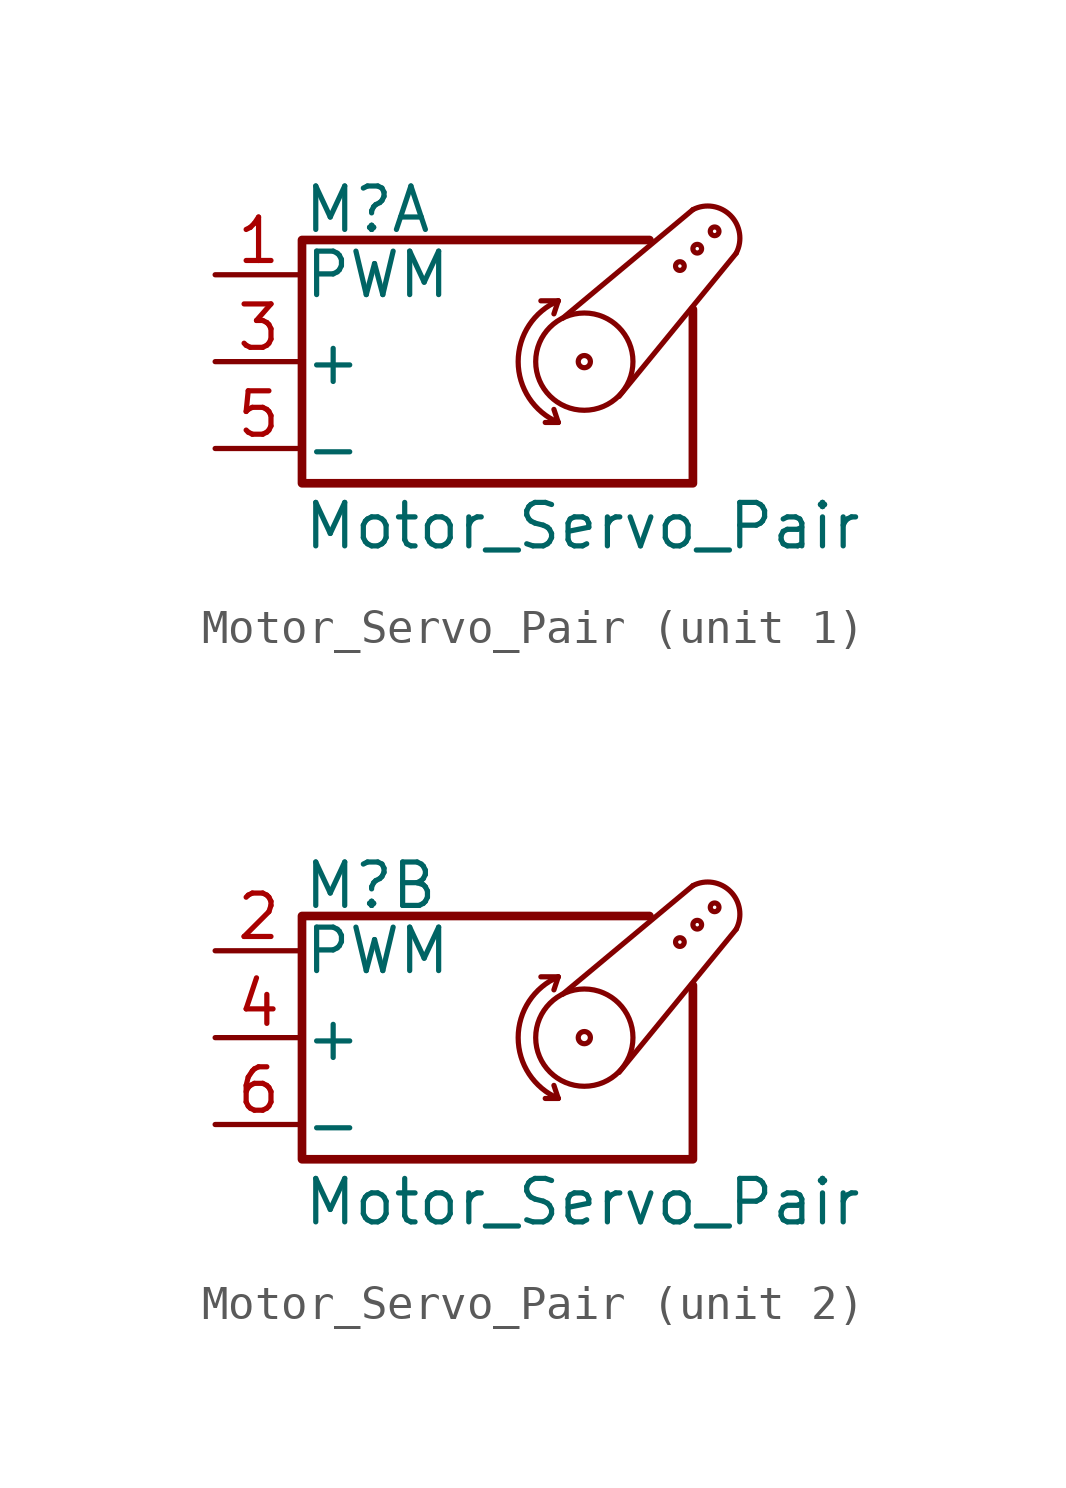
<source format=kicad_sym>
(kicad_symbol_lib
  (version 20220914)
  (generator kicad_symbol_editor)
  (symbol "Motor_Servo_Pair"
    (pin_names
      (offset 0.025))
    (property "Reference" "M"
      (at -5.08 4.445 0)
      (effects (font (size 1.27 1.27)) (justify left)))
    (property "Value" "Motor_Servo_Pair"
      (at -5.08 -4.064 0)
      (effects (font (size 1.27 1.27)) (justify left top)))
    (symbol "Motor_Servo_Pair_0_1"
      (polyline (pts (xy 2.413 -1.778) (xy 2.032 -1.778)) (stroke (width 0) (type default)) (fill (type none)))
      (polyline (pts (xy 2.413 -1.778) (xy 2.286 -1.397)) (stroke (width 0) (type default)) (fill (type none)))
      (polyline (pts (xy 2.413 1.778) (xy 1.905 1.778)) (stroke (width 0) (type default)) (fill (type none)))
      (polyline (pts (xy 2.413 1.778) (xy 2.286 1.397)) (stroke (width 0) (type default)) (fill (type none)))
      (polyline (pts (xy 6.35 4.445) (xy 2.54 1.27)) (stroke (width 0) (type default)) (fill (type none)))
      (polyline (pts (xy 7.62 3.175) (xy 4.191 -1.016)) (stroke (width 0) (type default)) (fill (type none)))
      (polyline (pts (xy 5.08 3.556) (xy -5.08 3.556) (xy -5.08 -3.556) (xy 6.35 -3.556) (xy 6.35 1.524)) (stroke (width 0.254) (type default)) (fill (type none)))
      (arc (start 2.413 1.778) (mid 1.2406 0) (end 2.413 -1.778) (stroke (width 0) (type default)) (fill (type none)))
      (circle (center 3.175 0) (radius 0.178) (stroke (width 0) (type default)) (fill (type none)))
      (circle (center 3.175 0) (radius 1.422) (stroke (width 0) (type default)) (fill (type none)))
      (circle (center 5.969 2.794) (radius 0.127) (stroke (width 0) (type default)) (fill (type none)))
      (circle (center 6.477 3.302) (radius 0.127) (stroke (width 0) (type default)) (fill (type none)))
      (circle (center 6.985 3.81) (radius 0.127) (stroke (width 0) (type default)) (fill (type none)))
      (arc (start 7.62 3.175) (mid 7.4485 4.2735) (end 6.35 4.445) (stroke (width 0) (type default)) (fill (type none))))
    (symbol "Motor_Servo_Pair_1_1"
      (pin passive line (at -7.62 2.54 0) (length 2.54) (name "PWM" (effects (font (size 1.27 1.27)))) (number "1" (effects (font (size 1.27 1.27)))))
      (pin power_in line (at -7.62 0 0) (length 2.54) (name "+" (effects (font (size 1.27 1.27)))) (number "3" (effects (font (size 1.27 1.27)))))
      (pin power_in line (at -7.62 -2.54 0) (length 2.54) (name "-" (effects (font (size 1.27 1.27)))) (number "5" (effects (font (size 1.27 1.27))))))
    (symbol "Motor_Servo_Pair_2_1"
      (pin passive line (at -7.62 2.54 0) (length 2.54) (name "PWM" (effects (font (size 1.27 1.27)))) (number "2" (effects (font (size 1.27 1.27)))))
      (pin power_in line (at -7.62 0 0) (length 2.54) (name "+" (effects (font (size 1.27 1.27)))) (number "4" (effects (font (size 1.27 1.27)))))
      (pin power_in line (at -7.62 -2.54 0) (length 2.54) (name "-" (effects (font (size 1.27 1.27)))) (number "6" (effects (font (size 1.27 1.27))))))))
</source>
